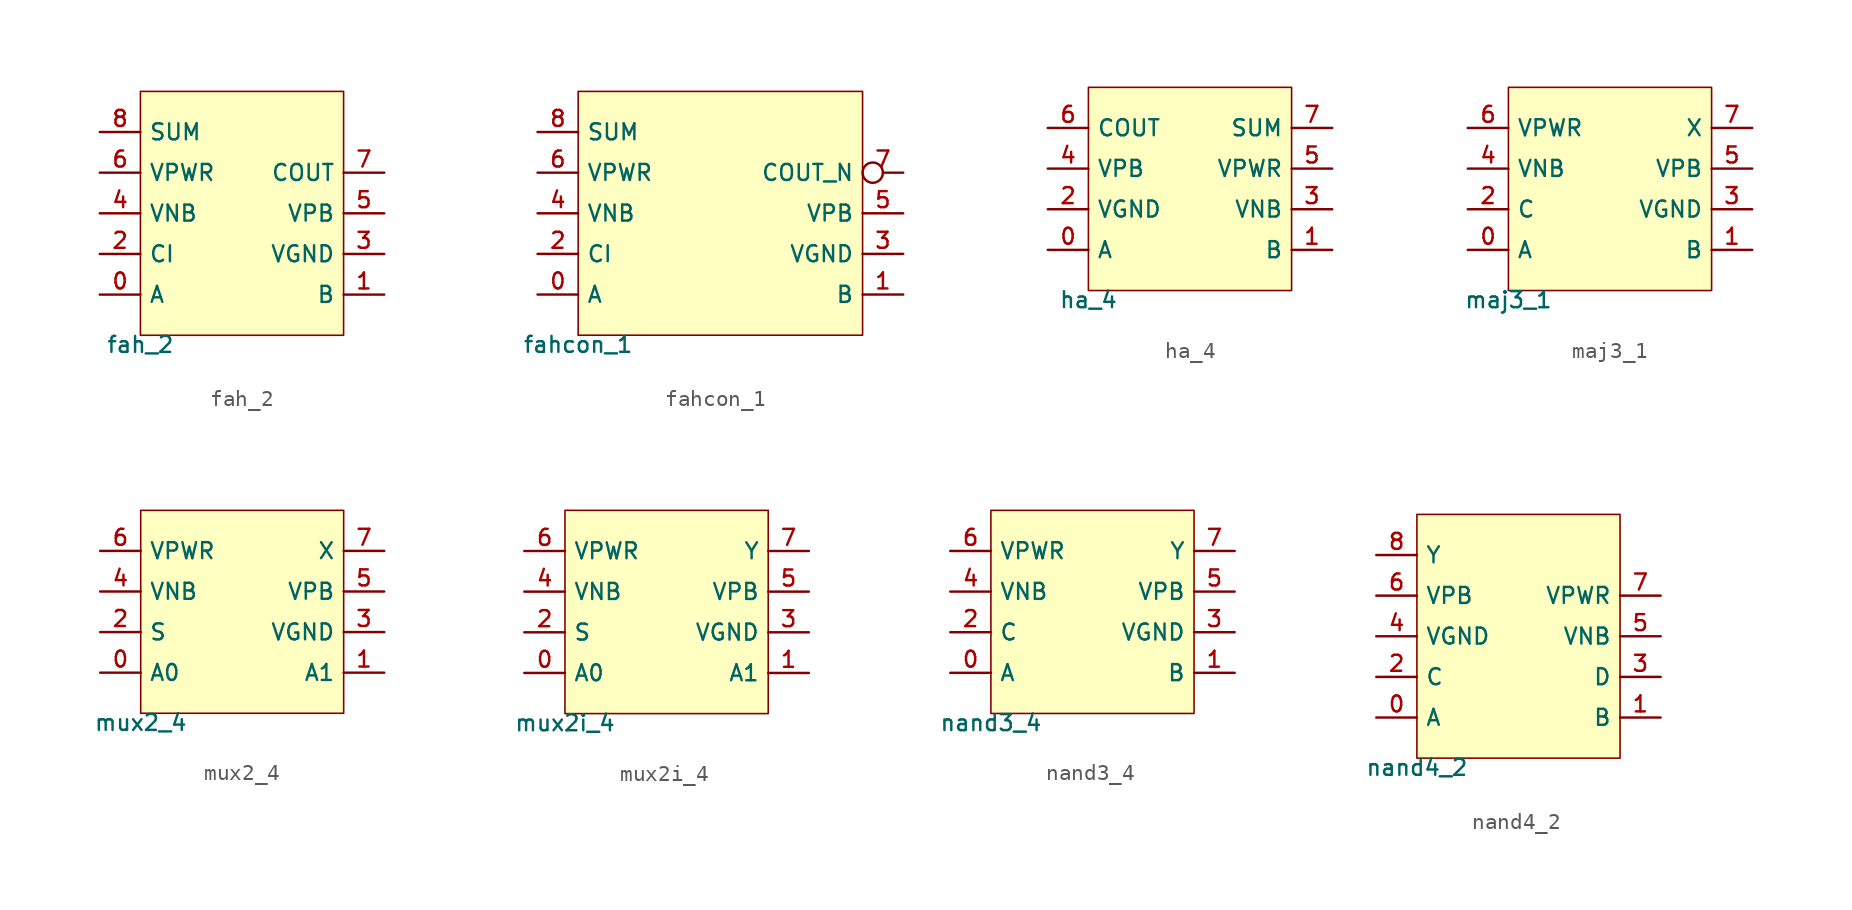
<source format=kicad_sym>
(kicad_symbol_lib
  (version 20211014)
  (generator pdk2kicad)
  (symbol "fah_2"
    (property "Reference" "X"
      (at 0 0 0)
      (effects (font (size 1 1)) hide))
    (property "Value" "fah_2"
      (at -6.35 -7.62 0)
      (effects (font (size 1 1)) (justify top)))
    (rectangle
      (start -6.35 -7.62)
      (end 6.35 7.62)
      (stroke (width 0.1) (type solid) (color 0 0 0 0))
      (fill (type background)))
    (pin bidirectional line
      (at -8.89 -5.08 0)
      (length 2.54)
      (name "A" (effects (font (size 1 1)) hide))
      (number "0" (effects (font (size 1 1)) hide)))
    (pin bidirectional line
      (at 8.89 -5.08 180)
      (length 2.54)
      (name "B" (effects (font (size 1 1)) hide))
      (number "1" (effects (font (size 1 1)) hide)))
    (pin bidirectional line
      (at -8.89 -2.54 0)
      (length 2.54)
      (name "CI" (effects (font (size 1 1)) hide))
      (number "2" (effects (font (size 1 1)) hide)))
    (pin bidirectional line
      (at 8.89 -2.54 180)
      (length 2.54)
      (name "VGND" (effects (font (size 1 1)) hide))
      (number "3" (effects (font (size 1 1)) hide)))
    (pin bidirectional line
      (at -8.89 8.881784197001252e-16 0)
      (length 2.54)
      (name "VNB" (effects (font (size 1 1)) hide))
      (number "4" (effects (font (size 1 1)) hide)))
    (pin bidirectional line
      (at 8.89 8.881784197001252e-16 180)
      (length 2.54)
      (name "VPB" (effects (font (size 1 1)) hide))
      (number "5" (effects (font (size 1 1)) hide)))
    (pin bidirectional line
      (at -8.89 2.54 0)
      (length 2.54)
      (name "VPWR" (effects (font (size 1 1)) hide))
      (number "6" (effects (font (size 1 1)) hide)))
    (pin bidirectional line
      (at 8.89 2.54 180)
      (length 2.54)
      (name "COUT" (effects (font (size 1 1)) hide))
      (number "7" (effects (font (size 1 1)) hide)))
    (pin bidirectional line
      (at -8.89 5.08 0)
      (length 2.54)
      (name "SUM" (effects (font (size 1 1)) hide))
      (number "8" (effects (font (size 1 1)) hide))))
  (symbol "fahcon_1"
    (property "Reference" "X"
      (at 0 0 0)
      (effects (font (size 1 1)) hide))
    (property "Value" "fahcon_1"
      (at -8.89 -7.62 0)
      (effects (font (size 1 1)) (justify top)))
    (rectangle
      (start -8.89 -7.62)
      (end 8.89 7.62)
      (stroke (width 0.1) (type solid) (color 0 0 0 0))
      (fill (type background)))
    (pin bidirectional line
      (at -11.43 -5.08 0)
      (length 2.54)
      (name "A" (effects (font (size 1 1)) hide))
      (number "0" (effects (font (size 1 1)) hide)))
    (pin bidirectional line
      (at 11.43 -5.08 180)
      (length 2.54)
      (name "B" (effects (font (size 1 1)) hide))
      (number "1" (effects (font (size 1 1)) hide)))
    (pin bidirectional line
      (at -11.43 -2.54 0)
      (length 2.54)
      (name "CI" (effects (font (size 1 1)) hide))
      (number "2" (effects (font (size 1 1)) hide)))
    (pin bidirectional line
      (at 11.43 -2.54 180)
      (length 2.54)
      (name "VGND" (effects (font (size 1 1)) hide))
      (number "3" (effects (font (size 1 1)) hide)))
    (pin bidirectional line
      (at -11.43 8.881784197001252e-16 0)
      (length 2.54)
      (name "VNB" (effects (font (size 1 1)) hide))
      (number "4" (effects (font (size 1 1)) hide)))
    (pin bidirectional line
      (at 11.43 8.881784197001252e-16 180)
      (length 2.54)
      (name "VPB" (effects (font (size 1 1)) hide))
      (number "5" (effects (font (size 1 1)) hide)))
    (pin bidirectional line
      (at -11.43 2.54 0)
      (length 2.54)
      (name "VPWR" (effects (font (size 1 1)) hide))
      (number "6" (effects (font (size 1 1)) hide)))
    (pin bidirectional inverted
      (at 11.43 2.54 180)
      (length 2.54)
      (name "COUT_N" (effects (font (size 1 1)) hide))
      (number "7" (effects (font (size 1 1)) hide)))
    (pin bidirectional line
      (at -11.43 5.08 0)
      (length 2.54)
      (name "SUM" (effects (font (size 1 1)) hide))
      (number "8" (effects (font (size 1 1)) hide))))
  (symbol "ha_4"
    (property "Reference" "X"
      (at 0 0 0)
      (effects (font (size 1 1)) hide))
    (property "Value" "ha_4"
      (at -6.35 -6.35 0)
      (effects (font (size 1 1)) (justify top)))
    (rectangle
      (start -6.35 -6.35)
      (end 6.35 6.35)
      (stroke (width 0.1) (type solid) (color 0 0 0 0))
      (fill (type background)))
    (pin bidirectional line
      (at -8.89 -3.81 0)
      (length 2.54)
      (name "A" (effects (font (size 1 1)) hide))
      (number "0" (effects (font (size 1 1)) hide)))
    (pin bidirectional line
      (at 8.89 -3.81 180)
      (length 2.54)
      (name "B" (effects (font (size 1 1)) hide))
      (number "1" (effects (font (size 1 1)) hide)))
    (pin bidirectional line
      (at -8.89 -1.27 0)
      (length 2.54)
      (name "VGND" (effects (font (size 1 1)) hide))
      (number "2" (effects (font (size 1 1)) hide)))
    (pin bidirectional line
      (at 8.89 -1.27 180)
      (length 2.54)
      (name "VNB" (effects (font (size 1 1)) hide))
      (number "3" (effects (font (size 1 1)) hide)))
    (pin bidirectional line
      (at -8.89 1.27 0)
      (length 2.54)
      (name "VPB" (effects (font (size 1 1)) hide))
      (number "4" (effects (font (size 1 1)) hide)))
    (pin bidirectional line
      (at 8.89 1.27 180)
      (length 2.54)
      (name "VPWR" (effects (font (size 1 1)) hide))
      (number "5" (effects (font (size 1 1)) hide)))
    (pin bidirectional line
      (at -8.89 3.81 0)
      (length 2.54)
      (name "COUT" (effects (font (size 1 1)) hide))
      (number "6" (effects (font (size 1 1)) hide)))
    (pin bidirectional line
      (at 8.89 3.81 180)
      (length 2.54)
      (name "SUM" (effects (font (size 1 1)) hide))
      (number "7" (effects (font (size 1 1)) hide))))
  (symbol "maj3_1"
    (property "Reference" "X"
      (at 0 0 0)
      (effects (font (size 1 1)) hide))
    (property "Value" "maj3_1"
      (at -6.35 -6.35 0)
      (effects (font (size 1 1)) (justify top)))
    (rectangle
      (start -6.35 -6.35)
      (end 6.35 6.35)
      (stroke (width 0.1) (type solid) (color 0 0 0 0))
      (fill (type background)))
    (pin bidirectional line
      (at -8.89 -3.81 0)
      (length 2.54)
      (name "A" (effects (font (size 1 1)) hide))
      (number "0" (effects (font (size 1 1)) hide)))
    (pin bidirectional line
      (at 8.89 -3.81 180)
      (length 2.54)
      (name "B" (effects (font (size 1 1)) hide))
      (number "1" (effects (font (size 1 1)) hide)))
    (pin bidirectional line
      (at -8.89 -1.27 0)
      (length 2.54)
      (name "C" (effects (font (size 1 1)) hide))
      (number "2" (effects (font (size 1 1)) hide)))
    (pin bidirectional line
      (at 8.89 -1.27 180)
      (length 2.54)
      (name "VGND" (effects (font (size 1 1)) hide))
      (number "3" (effects (font (size 1 1)) hide)))
    (pin bidirectional line
      (at -8.89 1.27 0)
      (length 2.54)
      (name "VNB" (effects (font (size 1 1)) hide))
      (number "4" (effects (font (size 1 1)) hide)))
    (pin bidirectional line
      (at 8.89 1.27 180)
      (length 2.54)
      (name "VPB" (effects (font (size 1 1)) hide))
      (number "5" (effects (font (size 1 1)) hide)))
    (pin bidirectional line
      (at -8.89 3.81 0)
      (length 2.54)
      (name "VPWR" (effects (font (size 1 1)) hide))
      (number "6" (effects (font (size 1 1)) hide)))
    (pin bidirectional line
      (at 8.89 3.81 180)
      (length 2.54)
      (name "X" (effects (font (size 1 1)) hide))
      (number "7" (effects (font (size 1 1)) hide))))
  (symbol "mux2_4"
    (property "Reference" "X"
      (at 0 0 0)
      (effects (font (size 1 1)) hide))
    (property "Value" "mux2_4"
      (at -6.35 -6.35 0)
      (effects (font (size 1 1)) (justify top)))
    (rectangle
      (start -6.35 -6.35)
      (end 6.35 6.35)
      (stroke (width 0.1) (type solid) (color 0 0 0 0))
      (fill (type background)))
    (pin bidirectional line
      (at -8.89 -3.81 0)
      (length 2.54)
      (name "A0" (effects (font (size 1 1)) hide))
      (number "0" (effects (font (size 1 1)) hide)))
    (pin bidirectional line
      (at 8.89 -3.81 180)
      (length 2.54)
      (name "A1" (effects (font (size 1 1)) hide))
      (number "1" (effects (font (size 1 1)) hide)))
    (pin bidirectional line
      (at -8.89 -1.27 0)
      (length 2.54)
      (name "S" (effects (font (size 1 1)) hide))
      (number "2" (effects (font (size 1 1)) hide)))
    (pin bidirectional line
      (at 8.89 -1.27 180)
      (length 2.54)
      (name "VGND" (effects (font (size 1 1)) hide))
      (number "3" (effects (font (size 1 1)) hide)))
    (pin bidirectional line
      (at -8.89 1.27 0)
      (length 2.54)
      (name "VNB" (effects (font (size 1 1)) hide))
      (number "4" (effects (font (size 1 1)) hide)))
    (pin bidirectional line
      (at 8.89 1.27 180)
      (length 2.54)
      (name "VPB" (effects (font (size 1 1)) hide))
      (number "5" (effects (font (size 1 1)) hide)))
    (pin bidirectional line
      (at -8.89 3.81 0)
      (length 2.54)
      (name "VPWR" (effects (font (size 1 1)) hide))
      (number "6" (effects (font (size 1 1)) hide)))
    (pin bidirectional line
      (at 8.89 3.81 180)
      (length 2.54)
      (name "X" (effects (font (size 1 1)) hide))
      (number "7" (effects (font (size 1 1)) hide))))
  (symbol "mux2i_4"
    (property "Reference" "X"
      (at 0 0 0)
      (effects (font (size 1 1)) hide))
    (property "Value" "mux2i_4"
      (at -6.35 -6.35 0)
      (effects (font (size 1 1)) (justify top)))
    (rectangle
      (start -6.35 -6.35)
      (end 6.35 6.35)
      (stroke (width 0.1) (type solid) (color 0 0 0 0))
      (fill (type background)))
    (pin bidirectional line
      (at -8.89 -3.81 0)
      (length 2.54)
      (name "A0" (effects (font (size 1 1)) hide))
      (number "0" (effects (font (size 1 1)) hide)))
    (pin bidirectional line
      (at 8.89 -3.81 180)
      (length 2.54)
      (name "A1" (effects (font (size 1 1)) hide))
      (number "1" (effects (font (size 1 1)) hide)))
    (pin bidirectional line
      (at -8.89 -1.27 0)
      (length 2.54)
      (name "S" (effects (font (size 1 1)) hide))
      (number "2" (effects (font (size 1 1)) hide)))
    (pin bidirectional line
      (at 8.89 -1.27 180)
      (length 2.54)
      (name "VGND" (effects (font (size 1 1)) hide))
      (number "3" (effects (font (size 1 1)) hide)))
    (pin bidirectional line
      (at -8.89 1.27 0)
      (length 2.54)
      (name "VNB" (effects (font (size 1 1)) hide))
      (number "4" (effects (font (size 1 1)) hide)))
    (pin bidirectional line
      (at 8.89 1.27 180)
      (length 2.54)
      (name "VPB" (effects (font (size 1 1)) hide))
      (number "5" (effects (font (size 1 1)) hide)))
    (pin bidirectional line
      (at -8.89 3.81 0)
      (length 2.54)
      (name "VPWR" (effects (font (size 1 1)) hide))
      (number "6" (effects (font (size 1 1)) hide)))
    (pin bidirectional line
      (at 8.89 3.81 180)
      (length 2.54)
      (name "Y" (effects (font (size 1 1)) hide))
      (number "7" (effects (font (size 1 1)) hide))))
  (symbol "nand3_4"
    (property "Reference" "X"
      (at 0 0 0)
      (effects (font (size 1 1)) hide))
    (property "Value" "nand3_4"
      (at -6.35 -6.35 0)
      (effects (font (size 1 1)) (justify top)))
    (rectangle
      (start -6.35 -6.35)
      (end 6.35 6.35)
      (stroke (width 0.1) (type solid) (color 0 0 0 0))
      (fill (type background)))
    (pin bidirectional line
      (at -8.89 -3.81 0)
      (length 2.54)
      (name "A" (effects (font (size 1 1)) hide))
      (number "0" (effects (font (size 1 1)) hide)))
    (pin bidirectional line
      (at 8.89 -3.81 180)
      (length 2.54)
      (name "B" (effects (font (size 1 1)) hide))
      (number "1" (effects (font (size 1 1)) hide)))
    (pin bidirectional line
      (at -8.89 -1.27 0)
      (length 2.54)
      (name "C" (effects (font (size 1 1)) hide))
      (number "2" (effects (font (size 1 1)) hide)))
    (pin bidirectional line
      (at 8.89 -1.27 180)
      (length 2.54)
      (name "VGND" (effects (font (size 1 1)) hide))
      (number "3" (effects (font (size 1 1)) hide)))
    (pin bidirectional line
      (at -8.89 1.27 0)
      (length 2.54)
      (name "VNB" (effects (font (size 1 1)) hide))
      (number "4" (effects (font (size 1 1)) hide)))
    (pin bidirectional line
      (at 8.89 1.27 180)
      (length 2.54)
      (name "VPB" (effects (font (size 1 1)) hide))
      (number "5" (effects (font (size 1 1)) hide)))
    (pin bidirectional line
      (at -8.89 3.81 0)
      (length 2.54)
      (name "VPWR" (effects (font (size 1 1)) hide))
      (number "6" (effects (font (size 1 1)) hide)))
    (pin bidirectional line
      (at 8.89 3.81 180)
      (length 2.54)
      (name "Y" (effects (font (size 1 1)) hide))
      (number "7" (effects (font (size 1 1)) hide))))
  (symbol "nand4_2"
    (property "Reference" "X"
      (at 0 0 0)
      (effects (font (size 1 1)) hide))
    (property "Value" "nand4_2"
      (at -6.35 -7.62 0)
      (effects (font (size 1 1)) (justify top)))
    (rectangle
      (start -6.35 -7.62)
      (end 6.35 7.62)
      (stroke (width 0.1) (type solid) (color 0 0 0 0))
      (fill (type background)))
    (pin bidirectional line
      (at -8.89 -5.08 0)
      (length 2.54)
      (name "A" (effects (font (size 1 1)) hide))
      (number "0" (effects (font (size 1 1)) hide)))
    (pin bidirectional line
      (at 8.89 -5.08 180)
      (length 2.54)
      (name "B" (effects (font (size 1 1)) hide))
      (number "1" (effects (font (size 1 1)) hide)))
    (pin bidirectional line
      (at -8.89 -2.54 0)
      (length 2.54)
      (name "C" (effects (font (size 1 1)) hide))
      (number "2" (effects (font (size 1 1)) hide)))
    (pin bidirectional line
      (at 8.89 -2.54 180)
      (length 2.54)
      (name "D" (effects (font (size 1 1)) hide))
      (number "3" (effects (font (size 1 1)) hide)))
    (pin bidirectional line
      (at -8.89 8.881784197001252e-16 0)
      (length 2.54)
      (name "VGND" (effects (font (size 1 1)) hide))
      (number "4" (effects (font (size 1 1)) hide)))
    (pin bidirectional line
      (at 8.89 8.881784197001252e-16 180)
      (length 2.54)
      (name "VNB" (effects (font (size 1 1)) hide))
      (number "5" (effects (font (size 1 1)) hide)))
    (pin bidirectional line
      (at -8.89 2.54 0)
      (length 2.54)
      (name "VPB" (effects (font (size 1 1)) hide))
      (number "6" (effects (font (size 1 1)) hide)))
    (pin bidirectional line
      (at 8.89 2.54 180)
      (length 2.54)
      (name "VPWR" (effects (font (size 1 1)) hide))
      (number "7" (effects (font (size 1 1)) hide)))
    (pin bidirectional line
      (at -8.89 5.08 0)
      (length 2.54)
      (name "Y" (effects (font (size 1 1)) hide))
      (number "8" (effects (font (size 1 1)) hide)))))
</source>
